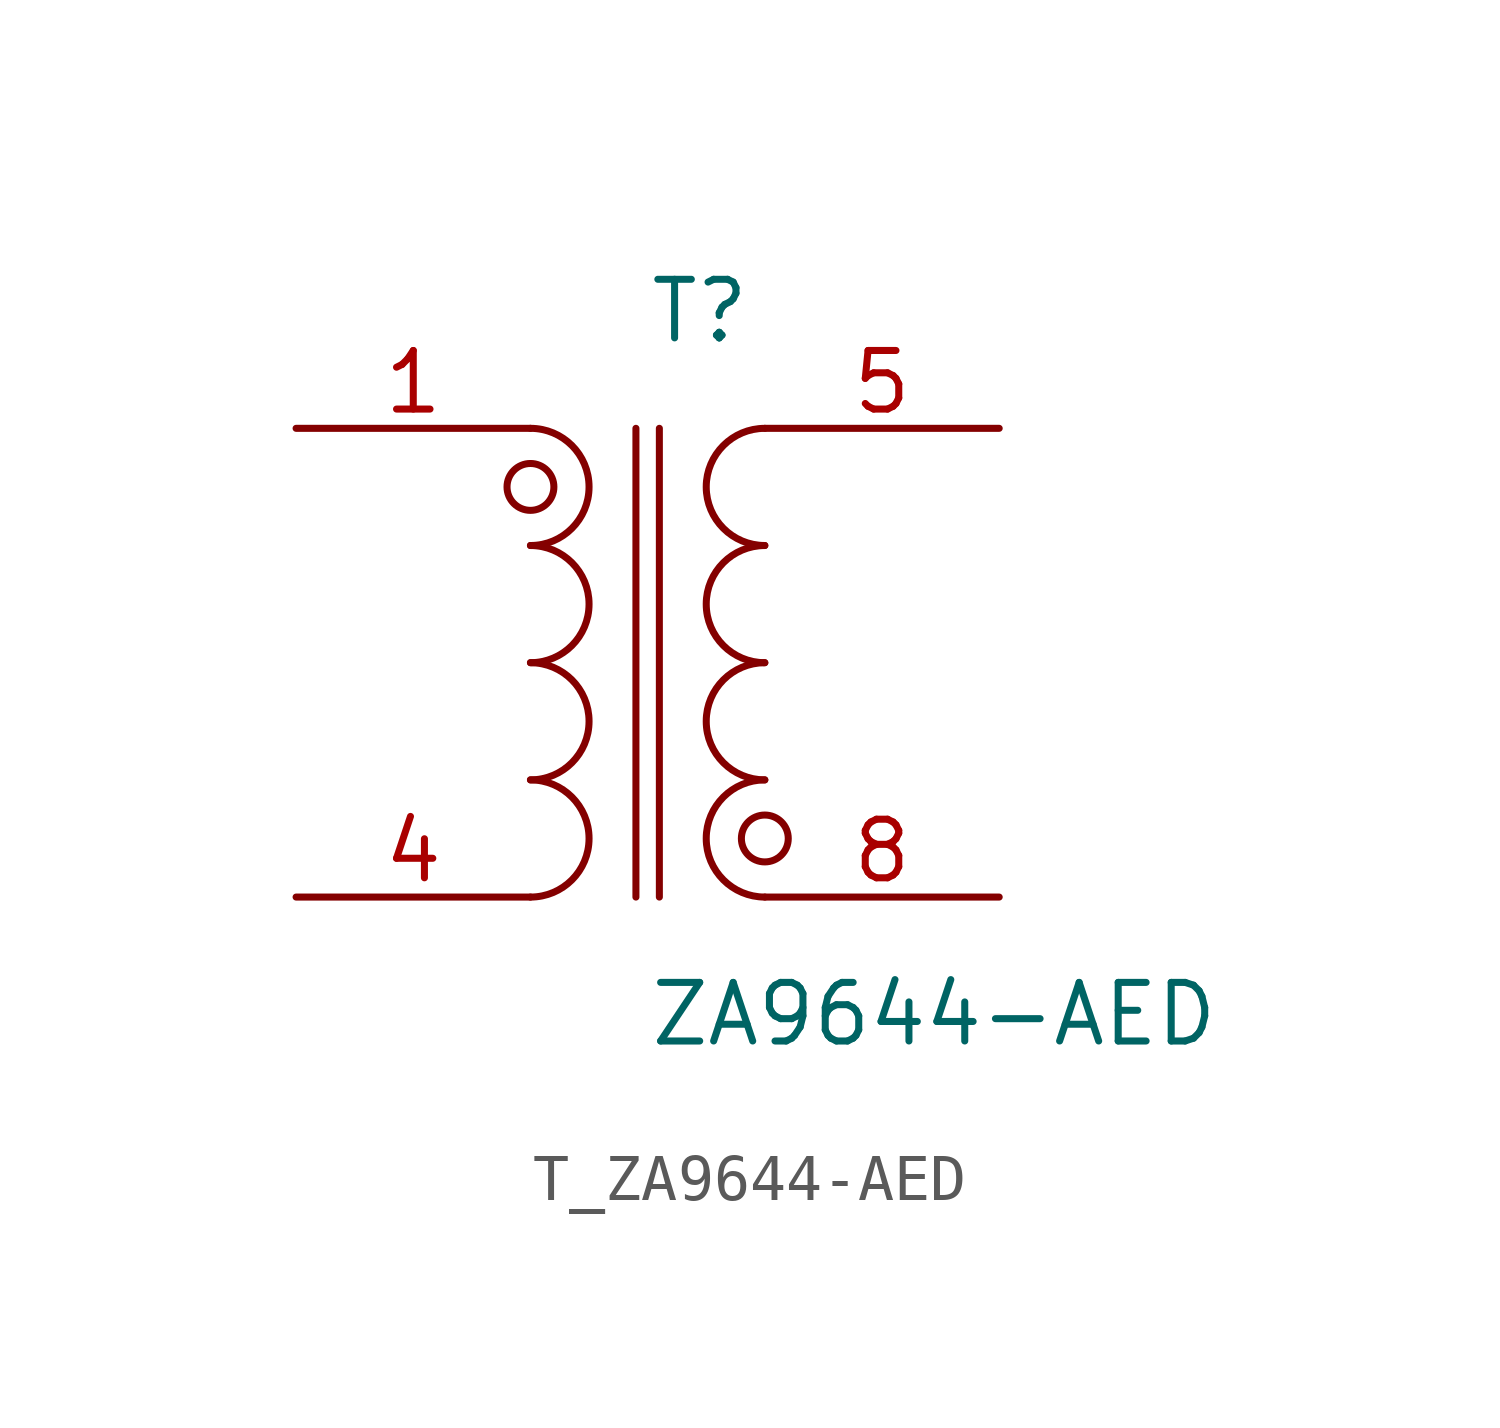
<source format=kicad_sym>
(kicad_symbol_lib
  (version 20231120)
  (generator kicad_symbol_editor)
  (generator_version 8.0)
  (symbol "T_ZA9644-AED"
    (pin_names
      (offset 0.254))
    (property "Reference" "T"
      (at 0.0 7.62 0)
      (effects (font (size 1.27 1.27)) (justify left)))
    (property "Value" "ZA9644-AED"
      (at 0.0 -7.62 0)
      (effects (font (size 1.27 1.27)) (justify left)))
    (symbol "T_ZA9644-AED_0_1"
      (arc (start -2.54 -5.08) (mid -1.27 -3.81) (end -2.54 -2.54) (stroke (width 0) (type default)) (fill (type none)))
      (arc (start -2.54 -2.54) (mid -1.27 -1.27) (end -2.54 0.0) (stroke (width 0) (type default)) (fill (type none)))
      (arc (start -2.54 0.0) (mid -1.27 1.27) (end -2.54 2.54) (stroke (width 0) (type default)) (fill (type none)))
      (arc (start -2.54 2.54) (mid -1.27 3.81) (end -2.54 5.08) (stroke (width 0) (type default)) (fill (type none)))
      (arc (start 2.54 5.08) (mid 1.27 3.81) (end 2.54 2.54) (stroke (width 0) (type default)) (fill (type none)))
      (arc (start 2.54 2.54) (mid 1.27 1.27) (end 2.54 0.0) (stroke (width 0) (type default)) (fill (type none)))
      (arc (start 2.54 0.0) (mid 1.27 -1.27) (end 2.54 -2.54) (stroke (width 0) (type default)) (fill (type none)))
      (arc (start 2.54 -2.54) (mid 1.27 -3.81) (end 2.54 -5.08) (stroke (width 0) (type default)) (fill (type none)))
      (circle (center -2.54 3.81) (radius 0.508) (stroke (width 0) (type default)) (fill (type none)))
      (circle (center 2.54 -3.81) (radius 0.508) (stroke (width 0) (type default)) (fill (type none)))
      (polyline (pts (xy -0.254 5.08) (xy -0.254 -5.08)) (stroke (width 0) (type default)) (fill (type none)))
      (polyline (pts (xy 0.254 5.08) (xy 0.254 -5.08)) (stroke (width 0) (type default)) (fill (type none)))
      (pin unspecified line (at -7.62 5.08 0) (length 5.08) (name "" (effects (font (size 1.27 1.27)))) (number "1" (effects (font (size 1.27 1.27)))))
      (pin no_connect line (at -7.62 2.54 0) (length 2.54) (name "" (effects (font (size 1.27 1.27)))) (number "2" (effects (font (size 1.27 1.27)))) hide)
      (pin no_connect line (at -7.62 -2.54 0) (length 2.54) (name "" (effects (font (size 1.27 1.27)))) (number "3" (effects (font (size 1.27 1.27)))) hide)
      (pin unspecified line (at -7.62 -5.08 0) (length 5.08) (name "" (effects (font (size 1.27 1.27)))) (number "4" (effects (font (size 1.27 1.27)))))
      (pin unspecified line (at 7.62 5.08 180) (length 5.08) (name "" (effects (font (size 1.27 1.27)))) (number "5" (effects (font (size 1.27 1.27)))))
      (pin no_connect line (at 7.62 2.54 180) (length 2.54) (name "" (effects (font (size 1.27 1.27)))) (number "6" (effects (font (size 1.27 1.27)))) hide)
      (pin no_connect line (at 7.62 -2.54 180) (length 2.54) (name "" (effects (font (size 1.27 1.27)))) (number "7" (effects (font (size 1.27 1.27)))) hide)
      (pin unspecified line (at 7.62 -5.08 180) (length 5.08) (name "" (effects (font (size 1.27 1.27)))) (number "8" (effects (font (size 1.27 1.27))))))))
</source>
